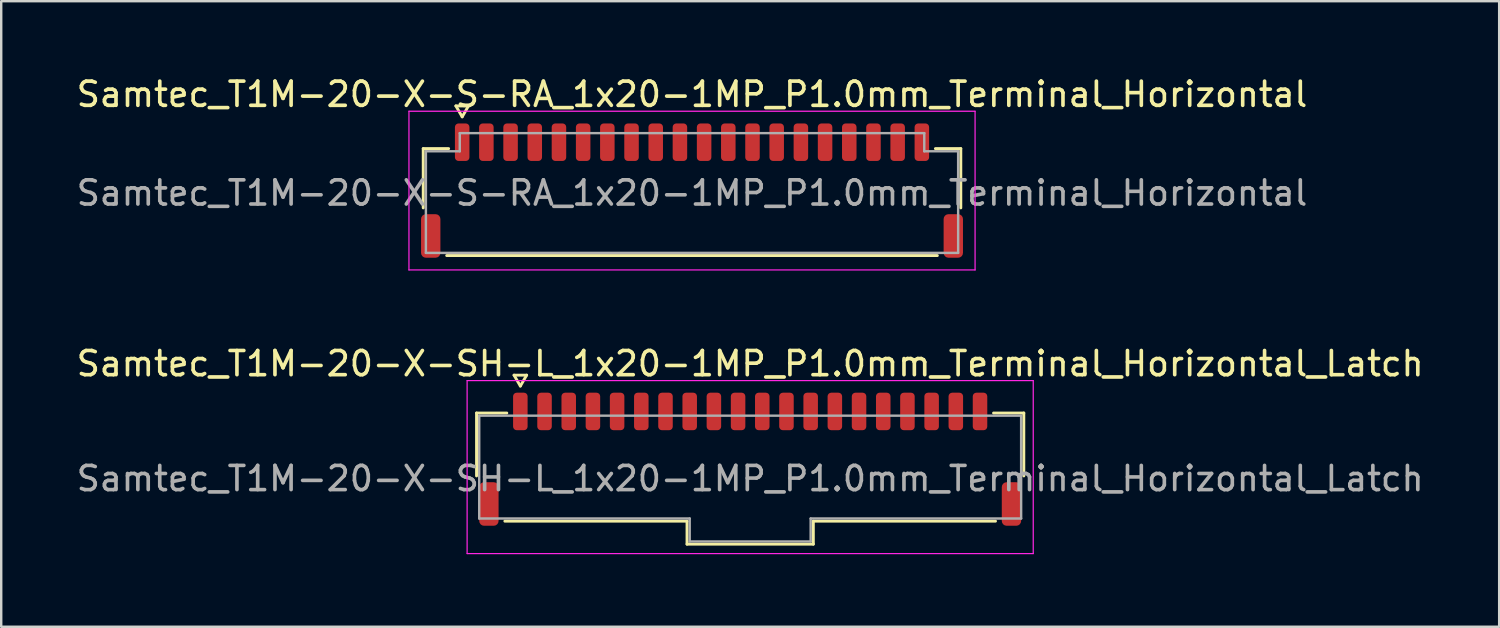
<source format=kicad_pcb>
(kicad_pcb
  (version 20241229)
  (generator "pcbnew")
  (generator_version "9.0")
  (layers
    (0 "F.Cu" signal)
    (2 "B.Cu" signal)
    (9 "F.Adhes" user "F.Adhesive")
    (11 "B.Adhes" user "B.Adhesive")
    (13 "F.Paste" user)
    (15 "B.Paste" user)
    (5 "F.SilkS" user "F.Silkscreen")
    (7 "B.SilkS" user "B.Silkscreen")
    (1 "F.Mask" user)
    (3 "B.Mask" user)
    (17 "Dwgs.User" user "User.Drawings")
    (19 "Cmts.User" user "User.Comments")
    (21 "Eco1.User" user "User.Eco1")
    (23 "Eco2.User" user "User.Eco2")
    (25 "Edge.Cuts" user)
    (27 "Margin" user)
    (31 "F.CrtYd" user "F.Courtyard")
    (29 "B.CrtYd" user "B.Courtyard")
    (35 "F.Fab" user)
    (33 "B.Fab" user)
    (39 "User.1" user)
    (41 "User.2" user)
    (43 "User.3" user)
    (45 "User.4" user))
  (footprint "Samtec_T1M-20-X-SH-L_1x20-1MP_P1.0mm_Terminal_Horizontal_Latch"
    (layer "F.Cu")
    (at 27.958 16.732)
    (property "Reference" "Samtec_T1M-20-X-SH-L_1x20-1MP_P1.0mm_Terminal_Horizontal_Latch" (at 0 -4.75 0) (layer "F.SilkS") (effects (font (size 1 1) (thickness 0.15))))
    (attr smd)
    (fp_line (start -11.31 -2.71) (end -10.06 -2.71) (stroke (width 0.12) (type solid)) (layer "F.SilkS"))
    (fp_line (start -11.31 -0.11) (end -11.31 -2.71) (stroke (width 0.12) (type solid)) (layer "F.SilkS"))
    (fp_line (start -9.76 -4.275) (end -9.5 -3.825) (stroke (width 0.12) (type solid)) (layer "F.SilkS"))
    (fp_line (start -9.5 -3.825) (end -9.24 -4.275) (stroke (width 0.12) (type solid)) (layer "F.SilkS"))
    (fp_line (start -9.24 -4.275) (end -9.76 -4.275) (stroke (width 0.12) (type solid)) (layer "F.SilkS"))
    (fp_line (start -2.61 1.76) (end -10.14 1.76) (stroke (width 0.12) (type solid)) (layer "F.SilkS"))
    (fp_line (start -2.61 2.71) (end -2.61 1.76) (stroke (width 0.12) (type solid)) (layer "F.SilkS"))
    (fp_line (start 2.61 1.76) (end 2.61 2.71) (stroke (width 0.12) (type solid)) (layer "F.SilkS"))
    (fp_line (start 2.61 2.71) (end -2.61 2.71) (stroke (width 0.12) (type solid)) (layer "F.SilkS"))
    (fp_line (start 10.06 -2.71) (end 11.31 -2.71) (stroke (width 0.12) (type solid)) (layer "F.SilkS"))
    (fp_line (start 10.14 1.76) (end 2.61 1.76) (stroke (width 0.12) (type solid)) (layer "F.SilkS"))
    (fp_line (start 11.31 -2.71) (end 11.31 -0.11) (stroke (width 0.12) (type solid)) (layer "F.SilkS"))
    (fp_line (start -11.7 -4.05) (end -11.7 3.1) (stroke (width 0.05) (type solid)) (layer "F.CrtYd"))
    (fp_line (start -11.7 3.1) (end 11.7 3.1) (stroke (width 0.05) (type solid)) (layer "F.CrtYd"))
    (fp_line (start 11.7 -4.05) (end -11.7 -4.05) (stroke (width 0.05) (type solid)) (layer "F.CrtYd"))
    (fp_line (start 11.7 3.1) (end 11.7 -4.05) (stroke (width 0.05) (type solid)) (layer "F.CrtYd"))
    (fp_line (start -11.2 -2.6) (end 11.2 -2.6) (stroke (width 0.1) (type solid)) (layer "F.Fab"))
    (fp_line (start -11.2 1.65) (end -11.2 -2.6) (stroke (width 0.1) (type solid)) (layer "F.Fab"))
    (fp_line (start -2.5 1.65) (end -11.2 1.65) (stroke (width 0.1) (type solid)) (layer "F.Fab"))
    (fp_line (start -2.5 2.6) (end -2.5 1.65) (stroke (width 0.1) (type solid)) (layer "F.Fab"))
    (fp_line (start 2.5 1.65) (end 2.5 2.6) (stroke (width 0.1) (type solid)) (layer "F.Fab"))
    (fp_line (start 2.5 2.6) (end -2.5 2.6) (stroke (width 0.1) (type solid)) (layer "F.Fab"))
    (fp_line (start 11.2 -2.6) (end 11.2 1.65) (stroke (width 0.1) (type solid)) (layer "F.Fab"))
    (fp_line (start 11.2 1.65) (end 2.5 1.65) (stroke (width 0.1) (type solid)) (layer "F.Fab"))
    (fp_text user "${REFERENCE}" (at 0 0 0) (layer "F.Fab") (effects (font (size 1 1) (thickness 0.15))))
    (pad "1" smd roundrect (at -9.5 -2.775) (size 0.6 1.55) (layers "F.Cu" "F.Mask" "F.Paste") (roundrect_rratio 0.25))
    (pad "2" smd roundrect (at -8.5 -2.775) (size 0.6 1.55) (layers "F.Cu" "F.Mask" "F.Paste") (roundrect_rratio 0.25))
    (pad "3" smd roundrect (at -7.5 -2.775) (size 0.6 1.55) (layers "F.Cu" "F.Mask" "F.Paste") (roundrect_rratio 0.25))
    (pad "4" smd roundrect (at -6.5 -2.775) (size 0.6 1.55) (layers "F.Cu" "F.Mask" "F.Paste") (roundrect_rratio 0.25))
    (pad "5" smd roundrect (at -5.5 -2.775) (size 0.6 1.55) (layers "F.Cu" "F.Mask" "F.Paste") (roundrect_rratio 0.25))
    (pad "6" smd roundrect (at -4.5 -2.775) (size 0.6 1.55) (layers "F.Cu" "F.Mask" "F.Paste") (roundrect_rratio 0.25))
    (pad "7" smd roundrect (at -3.5 -2.775) (size 0.6 1.55) (layers "F.Cu" "F.Mask" "F.Paste") (roundrect_rratio 0.25))
    (pad "8" smd roundrect (at -2.5 -2.775) (size 0.6 1.55) (layers "F.Cu" "F.Mask" "F.Paste") (roundrect_rratio 0.25))
    (pad "9" smd roundrect (at -1.5 -2.775) (size 0.6 1.55) (layers "F.Cu" "F.Mask" "F.Paste") (roundrect_rratio 0.25))
    (pad "10" smd roundrect (at -0.5 -2.775) (size 0.6 1.55) (layers "F.Cu" "F.Mask" "F.Paste") (roundrect_rratio 0.25))
    (pad "11" smd roundrect (at 0.5 -2.775) (size 0.6 1.55) (layers "F.Cu" "F.Mask" "F.Paste") (roundrect_rratio 0.25))
    (pad "12" smd roundrect (at 1.5 -2.775) (size 0.6 1.55) (layers "F.Cu" "F.Mask" "F.Paste") (roundrect_rratio 0.25))
    (pad "13" smd roundrect (at 2.5 -2.775) (size 0.6 1.55) (layers "F.Cu" "F.Mask" "F.Paste") (roundrect_rratio 0.25))
    (pad "14" smd roundrect (at 3.5 -2.775) (size 0.6 1.55) (layers "F.Cu" "F.Mask" "F.Paste") (roundrect_rratio 0.25))
    (pad "15" smd roundrect (at 4.5 -2.775) (size 0.6 1.55) (layers "F.Cu" "F.Mask" "F.Paste") (roundrect_rratio 0.25))
    (pad "16" smd roundrect (at 5.5 -2.775) (size 0.6 1.55) (layers "F.Cu" "F.Mask" "F.Paste") (roundrect_rratio 0.25))
    (pad "17" smd roundrect (at 6.5 -2.775) (size 0.6 1.55) (layers "F.Cu" "F.Mask" "F.Paste") (roundrect_rratio 0.25))
    (pad "18" smd roundrect (at 7.5 -2.775) (size 0.6 1.55) (layers "F.Cu" "F.Mask" "F.Paste") (roundrect_rratio 0.25))
    (pad "19" smd roundrect (at 8.5 -2.775) (size 0.6 1.55) (layers "F.Cu" "F.Mask" "F.Paste") (roundrect_rratio 0.25))
    (pad "20" smd roundrect (at 9.5 -2.775) (size 0.6 1.55) (layers "F.Cu" "F.Mask" "F.Paste") (roundrect_rratio 0.25))
    (pad "MP" smd roundrect (at -10.8 1.05) (size 0.8 1.8) (layers "F.Cu" "F.Mask" "F.Paste") (roundrect_rratio 0.25))
    (pad "MP" smd roundrect (at 10.8 1.05) (size 0.8 1.8) (layers "F.Cu" "F.Mask" "F.Paste") (roundrect_rratio 0.25)))
  (footprint "Samtec_T1M-20-X-S-RA_1x20-1MP_P1.0mm_Terminal_Horizontal"
    (layer "F.Cu")
    (at 25.554 4.928)
    (property "Reference" "Samtec_T1M-20-X-S-RA_1x20-1MP_P1.0mm_Terminal_Horizontal" (at 0 -4.08 0) (layer "F.SilkS") (effects (font (size 1 1) (thickness 0.15))))
    (attr smd)
    (fp_line (start -11.11 -1.835) (end -10.06 -1.835) (stroke (width 0.12) (type solid)) (layer "F.SilkS"))
    (fp_line (start -11.11 0.615) (end -11.11 -1.835) (stroke (width 0.12) (type solid)) (layer "F.SilkS"))
    (fp_line (start -9.76 -3.6) (end -9.5 -3.15) (stroke (width 0.12) (type solid)) (layer "F.SilkS"))
    (fp_line (start -9.5 -3.15) (end -9.24 -3.6) (stroke (width 0.12) (type solid)) (layer "F.SilkS"))
    (fp_line (start -9.24 -3.6) (end -9.76 -3.6) (stroke (width 0.12) (type solid)) (layer "F.SilkS"))
    (fp_line (start 10.06 -1.835) (end 11.11 -1.835) (stroke (width 0.12) (type solid)) (layer "F.SilkS"))
    (fp_line (start 10.14 2.585) (end -10.14 2.585) (stroke (width 0.12) (type solid)) (layer "F.SilkS"))
    (fp_line (start 11.11 -1.835) (end 11.11 0.615) (stroke (width 0.12) (type solid)) (layer "F.SilkS"))
    (fp_line (start -11.7 -3.38) (end -11.7 3.18) (stroke (width 0.05) (type solid)) (layer "F.CrtYd"))
    (fp_line (start -11.7 3.18) (end 11.7 3.18) (stroke (width 0.05) (type solid)) (layer "F.CrtYd"))
    (fp_line (start 11.7 -3.38) (end -11.7 -3.38) (stroke (width 0.05) (type solid)) (layer "F.CrtYd"))
    (fp_line (start 11.7 3.18) (end 11.7 -3.38) (stroke (width 0.05) (type solid)) (layer "F.CrtYd"))
    (fp_line (start -11 -1.725) (end -9.6 -1.725) (stroke (width 0.1) (type solid)) (layer "F.Fab"))
    (fp_line (start -11 2.475) (end -11 -1.725) (stroke (width 0.1) (type solid)) (layer "F.Fab"))
    (fp_line (start -9.6 -2.475) (end 9.6 -2.475) (stroke (width 0.1) (type solid)) (layer "F.Fab"))
    (fp_line (start -9.6 -1.725) (end -9.6 -2.475) (stroke (width 0.1) (type solid)) (layer "F.Fab"))
    (fp_line (start 9.6 -2.475) (end 9.6 -1.725) (stroke (width 0.1) (type solid)) (layer "F.Fab"))
    (fp_line (start 9.6 -1.725) (end 11 -1.725) (stroke (width 0.1) (type solid)) (layer "F.Fab"))
    (fp_line (start 11 -1.725) (end 11 2.475) (stroke (width 0.1) (type solid)) (layer "F.Fab"))
    (fp_line (start 11 2.475) (end -11 2.475) (stroke (width 0.1) (type solid)) (layer "F.Fab"))
    (fp_text user "${REFERENCE}" (at 0 0 0) (layer "F.Fab") (effects (font (size 1 1) (thickness 0.15))))
    (pad "1" smd roundrect (at -9.5 -2.1) (size 0.6 1.55) (layers "F.Cu" "F.Mask" "F.Paste") (roundrect_rratio 0.25))
    (pad "2" smd roundrect (at -8.5 -2.1) (size 0.6 1.55) (layers "F.Cu" "F.Mask" "F.Paste") (roundrect_rratio 0.25))
    (pad "3" smd roundrect (at -7.5 -2.1) (size 0.6 1.55) (layers "F.Cu" "F.Mask" "F.Paste") (roundrect_rratio 0.25))
    (pad "4" smd roundrect (at -6.5 -2.1) (size 0.6 1.55) (layers "F.Cu" "F.Mask" "F.Paste") (roundrect_rratio 0.25))
    (pad "5" smd roundrect (at -5.5 -2.1) (size 0.6 1.55) (layers "F.Cu" "F.Mask" "F.Paste") (roundrect_rratio 0.25))
    (pad "6" smd roundrect (at -4.5 -2.1) (size 0.6 1.55) (layers "F.Cu" "F.Mask" "F.Paste") (roundrect_rratio 0.25))
    (pad "7" smd roundrect (at -3.5 -2.1) (size 0.6 1.55) (layers "F.Cu" "F.Mask" "F.Paste") (roundrect_rratio 0.25))
    (pad "8" smd roundrect (at -2.5 -2.1) (size 0.6 1.55) (layers "F.Cu" "F.Mask" "F.Paste") (roundrect_rratio 0.25))
    (pad "9" smd roundrect (at -1.5 -2.1) (size 0.6 1.55) (layers "F.Cu" "F.Mask" "F.Paste") (roundrect_rratio 0.25))
    (pad "10" smd roundrect (at -0.5 -2.1) (size 0.6 1.55) (layers "F.Cu" "F.Mask" "F.Paste") (roundrect_rratio 0.25))
    (pad "11" smd roundrect (at 0.5 -2.1) (size 0.6 1.55) (layers "F.Cu" "F.Mask" "F.Paste") (roundrect_rratio 0.25))
    (pad "12" smd roundrect (at 1.5 -2.1) (size 0.6 1.55) (layers "F.Cu" "F.Mask" "F.Paste") (roundrect_rratio 0.25))
    (pad "13" smd roundrect (at 2.5 -2.1) (size 0.6 1.55) (layers "F.Cu" "F.Mask" "F.Paste") (roundrect_rratio 0.25))
    (pad "14" smd roundrect (at 3.5 -2.1) (size 0.6 1.55) (layers "F.Cu" "F.Mask" "F.Paste") (roundrect_rratio 0.25))
    (pad "15" smd roundrect (at 4.5 -2.1) (size 0.6 1.55) (layers "F.Cu" "F.Mask" "F.Paste") (roundrect_rratio 0.25))
    (pad "16" smd roundrect (at 5.5 -2.1) (size 0.6 1.55) (layers "F.Cu" "F.Mask" "F.Paste") (roundrect_rratio 0.25))
    (pad "17" smd roundrect (at 6.5 -2.1) (size 0.6 1.55) (layers "F.Cu" "F.Mask" "F.Paste") (roundrect_rratio 0.25))
    (pad "18" smd roundrect (at 7.5 -2.1) (size 0.6 1.55) (layers "F.Cu" "F.Mask" "F.Paste") (roundrect_rratio 0.25))
    (pad "19" smd roundrect (at 8.5 -2.1) (size 0.6 1.55) (layers "F.Cu" "F.Mask" "F.Paste") (roundrect_rratio 0.25))
    (pad "20" smd roundrect (at 9.5 -2.1) (size 0.6 1.55) (layers "F.Cu" "F.Mask" "F.Paste") (roundrect_rratio 0.25))
    (pad "MP" smd roundrect (at -10.8 1.775) (size 0.8 1.8) (layers "F.Cu" "F.Mask" "F.Paste") (roundrect_rratio 0.25))
    (pad "MP" smd roundrect (at 10.8 1.775) (size 0.8 1.8) (layers "F.Cu" "F.Mask" "F.Paste") (roundrect_rratio 0.25)))
  (gr_rect
    (start -3 -3)
    (end 58.917 22.857)
    (stroke (width 0.1) (type default))
    (fill no)
    (layer "Edge.Cuts")))
</source>
